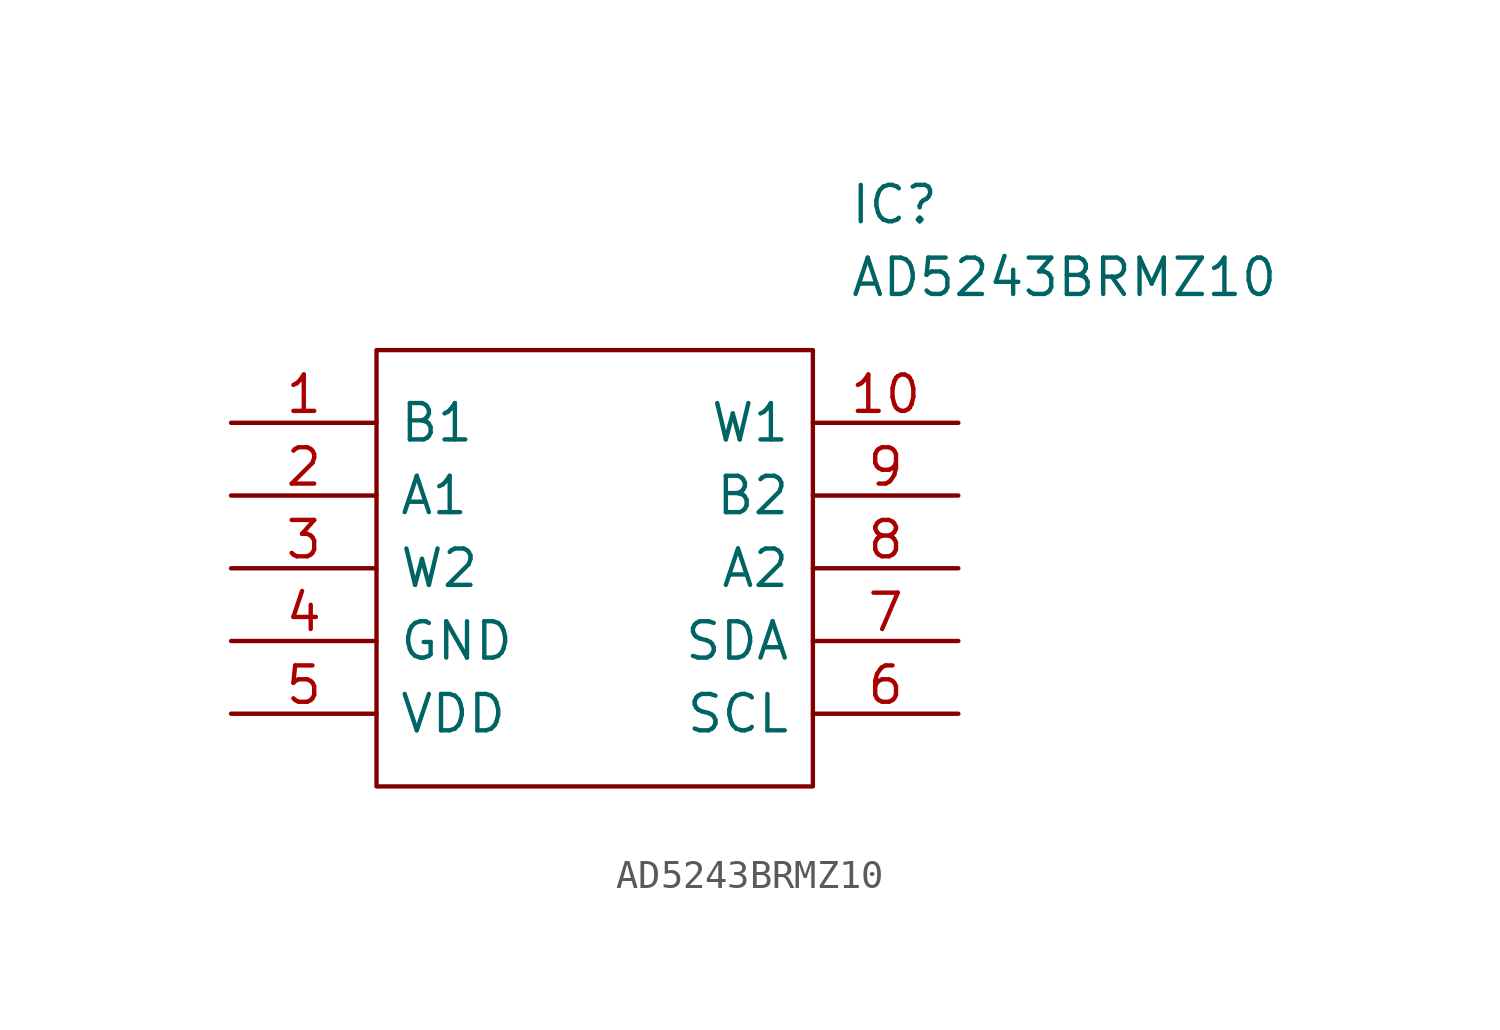
<source format=kicad_sym>
(kicad_symbol_lib
  (version 20211014)
  (generator kicad_symbol_editor)
  (symbol "AD5243BRMZ10"
    (pin_names
      (offset 0.762))
    (property "Reference" "IC"
      (at 21.59 7.62 0)
      (effects (font (size 1.27 1.27)) (justify left)))
    (property "Value" "AD5243BRMZ10"
      (at 21.59 5.08 0)
      (effects (font (size 1.27 1.27)) (justify left)))
    (symbol "AD5243BRMZ10_0_0"
      (pin passive line (at 0 0 0) (length 5.08) (name "B1" (effects (font (size 1.27 1.27)))) (number "1" (effects (font (size 1.27 1.27)))))
      (pin passive line (at 25.4 0 180) (length 5.08) (name "W1" (effects (font (size 1.27 1.27)))) (number "10" (effects (font (size 1.27 1.27)))))
      (pin passive line (at 0 -2.54 0) (length 5.08) (name "A1" (effects (font (size 1.27 1.27)))) (number "2" (effects (font (size 1.27 1.27)))))
      (pin passive line (at 0 -5.08 0) (length 5.08) (name "W2" (effects (font (size 1.27 1.27)))) (number "3" (effects (font (size 1.27 1.27)))))
      (pin power_in line (at 0 -7.62 0) (length 5.08) (name "GND" (effects (font (size 1.27 1.27)))) (number "4" (effects (font (size 1.27 1.27)))))
      (pin power_in line (at 0 -10.16 0) (length 5.08) (name "VDD" (effects (font (size 1.27 1.27)))) (number "5" (effects (font (size 1.27 1.27)))))
      (pin input line (at 25.4 -10.16 180) (length 5.08) (name "SCL" (effects (font (size 1.27 1.27)))) (number "6" (effects (font (size 1.27 1.27)))))
      (pin bidirectional line (at 25.4 -7.62 180) (length 5.08) (name "SDA" (effects (font (size 1.27 1.27)))) (number "7" (effects (font (size 1.27 1.27)))))
      (pin passive line (at 25.4 -5.08 180) (length 5.08) (name "A2" (effects (font (size 1.27 1.27)))) (number "8" (effects (font (size 1.27 1.27)))))
      (pin passive line (at 25.4 -2.54 180) (length 5.08) (name "B2" (effects (font (size 1.27 1.27)))) (number "9" (effects (font (size 1.27 1.27))))))
    (symbol "AD5243BRMZ10_0_1"
      (polyline (pts (xy 5.08 2.54) (xy 20.32 2.54) (xy 20.32 -12.7) (xy 5.08 -12.7) (xy 5.08 2.54)) (stroke (width 0.152) (type default) (color 0 0 0 0)) (fill (type none))))))
</source>
